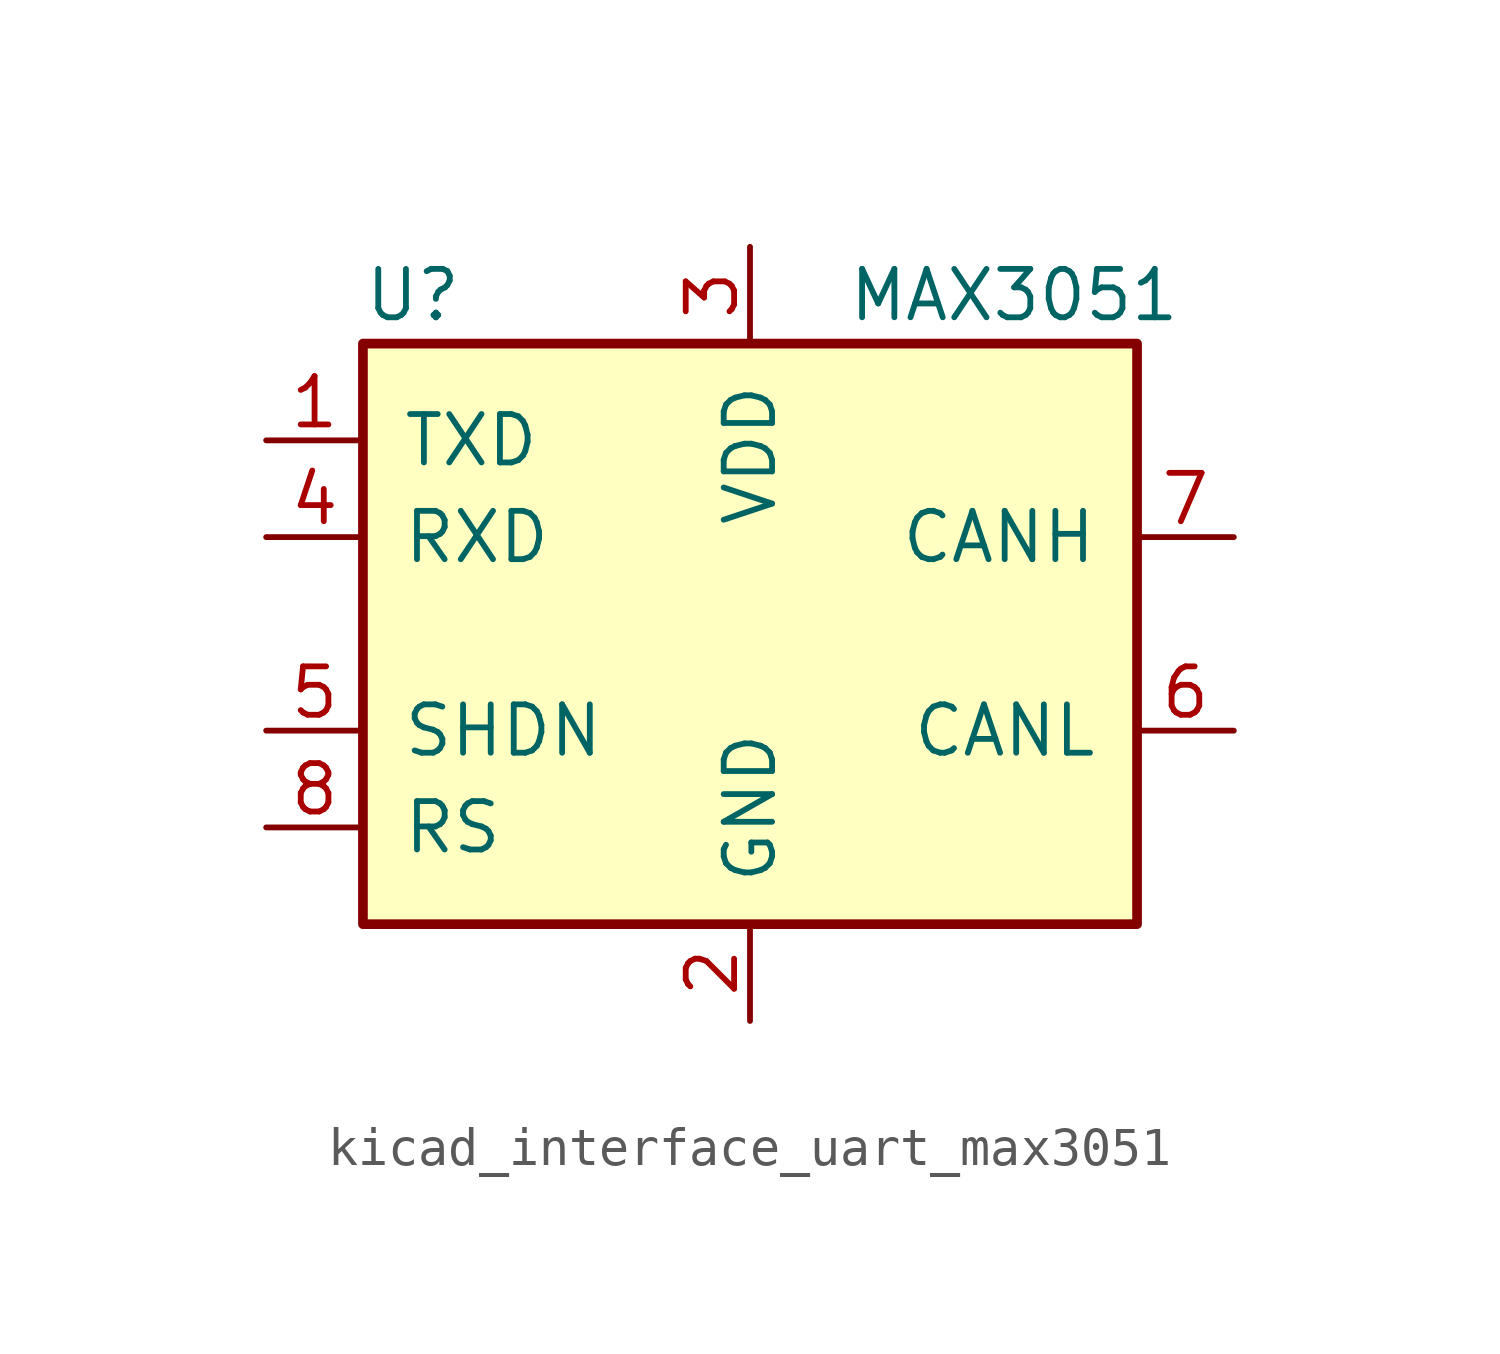
<source format=kicad_sym>
(kicad_symbol_lib
  (version 20220914)
  (generator kicad_symbol_editor)
  (symbol "kicad_interface_uart_max3051"
    (pin_names
      (offset 1.016))
    (property "Reference" "U"
      (at -10.16 8.89 0)
      (effects (font (size 1.27 1.27)) (justify left)))
    (property "Value" "MAX3051"
      (at 2.54 8.89 0)
      (effects (font (size 1.27 1.27)) (justify left)))
    (symbol "kicad_interface_uart_max3051_0_1"
      (rectangle (start -10.16 7.62) (end 10.16 -7.62) (stroke (width 0.254) (type default)) (fill (type background))))
    (symbol "kicad_interface_uart_max3051_1_1"
      (pin input line (at -12.7 5.08 0) (length 2.54) (name "TXD" (effects (font (size 1.27 1.27)))) (number "1" (effects (font (size 1.27 1.27)))))
      (pin power_in line (at 0 -10.16 90) (length 2.54) (name "GND" (effects (font (size 1.27 1.27)))) (number "2" (effects (font (size 1.27 1.27)))))
      (pin power_in line (at 0 10.16 270) (length 2.54) (name "VDD" (effects (font (size 1.27 1.27)))) (number "3" (effects (font (size 1.27 1.27)))))
      (pin output line (at -12.7 2.54 0) (length 2.54) (name "RXD" (effects (font (size 1.27 1.27)))) (number "4" (effects (font (size 1.27 1.27)))))
      (pin input line (at -12.7 -2.54 0) (length 2.54) (name "SHDN" (effects (font (size 1.27 1.27)))) (number "5" (effects (font (size 1.27 1.27)))))
      (pin bidirectional line (at 12.7 -2.54 180) (length 2.54) (name "CANL" (effects (font (size 1.27 1.27)))) (number "6" (effects (font (size 1.27 1.27)))))
      (pin bidirectional line (at 12.7 2.54 180) (length 2.54) (name "CANH" (effects (font (size 1.27 1.27)))) (number "7" (effects (font (size 1.27 1.27)))))
      (pin input line (at -12.7 -5.08 0) (length 2.54) (name "RS" (effects (font (size 1.27 1.27)))) (number "8" (effects (font (size 1.27 1.27))))))))
</source>
